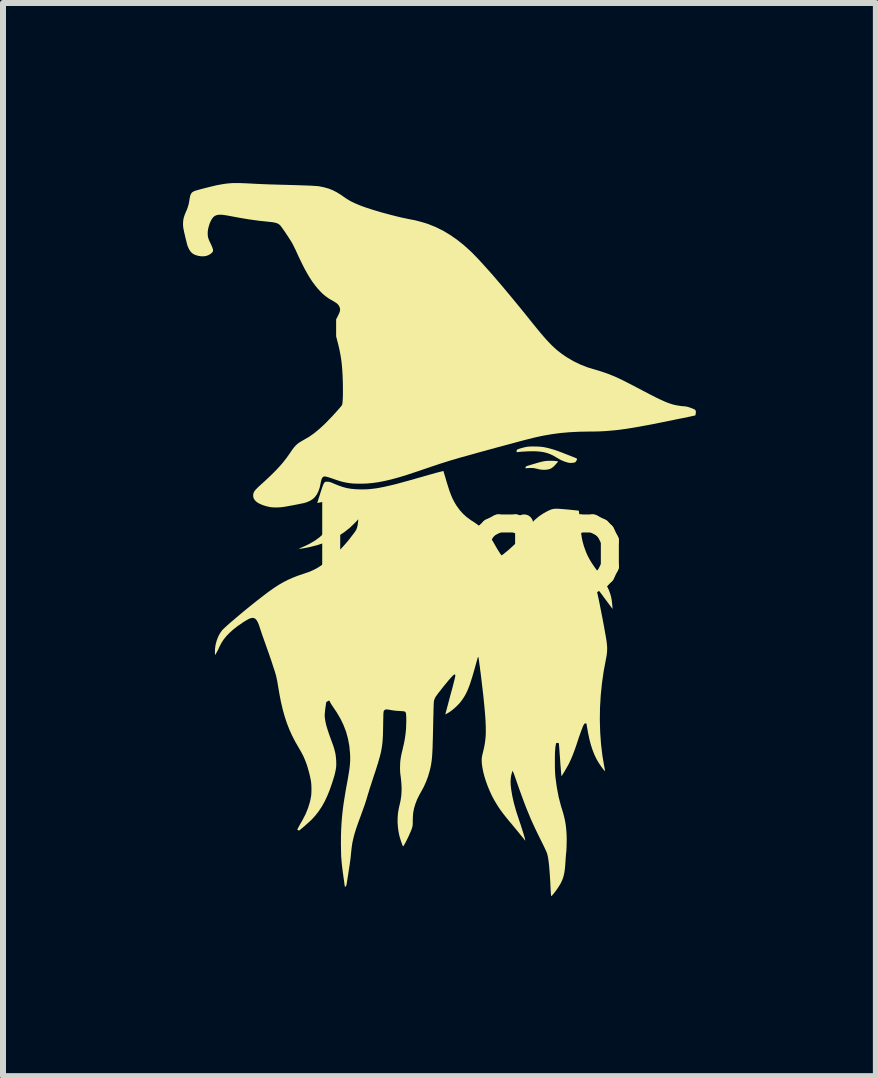
<source format=kicad_pcb>
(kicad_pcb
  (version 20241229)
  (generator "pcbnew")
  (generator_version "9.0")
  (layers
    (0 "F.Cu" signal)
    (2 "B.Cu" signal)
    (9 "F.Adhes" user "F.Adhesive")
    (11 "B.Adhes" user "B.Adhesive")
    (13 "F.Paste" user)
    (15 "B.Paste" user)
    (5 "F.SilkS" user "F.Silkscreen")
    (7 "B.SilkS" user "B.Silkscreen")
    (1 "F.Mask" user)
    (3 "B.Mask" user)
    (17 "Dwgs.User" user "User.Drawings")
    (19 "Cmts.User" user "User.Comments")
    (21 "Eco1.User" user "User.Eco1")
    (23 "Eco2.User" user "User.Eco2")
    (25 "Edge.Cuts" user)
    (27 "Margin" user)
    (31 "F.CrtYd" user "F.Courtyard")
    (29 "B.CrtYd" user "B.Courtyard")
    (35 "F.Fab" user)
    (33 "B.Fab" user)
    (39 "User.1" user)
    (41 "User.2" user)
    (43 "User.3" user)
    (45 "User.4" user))
  (footprint "Logo"
    (layer "F.Cu")
    (at 4.755 5.994)
    (property "Reference" "Logo" (at 0 0 0) (layer "F.SilkS") (effects (font (size 1.5 1.5) (thickness 0.3))))
    (attr board_only exclude_from_pos_files exclude_from_bom)
    (fp_poly (pts (xy -2.841 0.105) (xy -2.842 0.108) (xy -2.845 0.108) (xy -2.85 0.106) (xy -2.849 0.105) (xy -2.842 0.104)) (stroke (width 0) (type solid)) (fill yes) (layer "F.SilkS"))
    (fp_poly (pts (xy 1.405 -1.365) (xy 1.438 -1.363) (xy 1.465 -1.361) (xy 1.484 -1.358) (xy 1.493 -1.354) (xy 1.494 -1.352) (xy 1.49 -1.347) (xy 1.48 -1.335) (xy 1.465 -1.318) (xy 1.449 -1.299) (xy 1.418 -1.268) (xy 1.39 -1.246) (xy 1.362 -1.231) (xy 1.331 -1.222) (xy 1.295 -1.217) (xy 1.274 -1.216) (xy 1.24 -1.216) (xy 1.21 -1.219) (xy 1.186 -1.222) (xy 1.186 -1.222) (xy 1.148 -1.232) (xy 1.118 -1.238) (xy 1.095 -1.243) (xy 1.075 -1.245) (xy 1.056 -1.246) (xy 1.036 -1.246) (xy 1.013 -1.245) (xy 0.951 -1.241) (xy 0.953 -1.257) (xy 0.955 -1.265) (xy 0.959 -1.27) (xy 0.968 -1.275) (xy 0.984 -1.281) (xy 1.008 -1.289) (xy 1.009 -1.289) (xy 1.069 -1.307) (xy 1.12 -1.322) (xy 1.163 -1.335) (xy 1.198 -1.344) (xy 1.229 -1.352) (xy 1.255 -1.357) (xy 1.279 -1.361) (xy 1.302 -1.363) (xy 1.324 -1.365) (xy 1.348 -1.365) (xy 1.365 -1.365)) (stroke (width 0) (type solid)) (fill yes) (layer "F.SilkS"))
    (fp_poly (pts (xy 1.153 -1.603) (xy 1.201 -1.6) (xy 1.247 -1.595) (xy 1.293 -1.586) (xy 1.344 -1.574) (xy 1.401 -1.558) (xy 1.418 -1.553) (xy 1.436 -1.547) (xy 1.462 -1.538) (xy 1.494 -1.527) (xy 1.531 -1.513) (xy 1.57 -1.498) (xy 1.611 -1.482) (xy 1.652 -1.466) (xy 1.691 -1.451) (xy 1.727 -1.437) (xy 1.759 -1.424) (xy 1.783 -1.414) (xy 1.8 -1.407) (xy 1.806 -1.403) (xy 1.81 -1.395) (xy 1.807 -1.382) (xy 1.8 -1.366) (xy 1.79 -1.351) (xy 1.78 -1.342) (xy 1.764 -1.336) (xy 1.74 -1.332) (xy 1.713 -1.33) (xy 1.685 -1.331) (xy 1.665 -1.334) (xy 1.607 -1.351) (xy 1.547 -1.376) (xy 1.482 -1.412) (xy 1.459 -1.426) (xy 1.411 -1.454) (xy 1.361 -1.477) (xy 1.308 -1.496) (xy 1.252 -1.51) (xy 1.19 -1.519) (xy 1.123 -1.524) (xy 1.048 -1.525) (xy 0.965 -1.522) (xy 0.872 -1.516) (xy 0.842 -1.513) (xy 0.804 -1.509) (xy 0.804 -1.53) (xy 0.805 -1.541) (xy 0.808 -1.549) (xy 0.817 -1.554) (xy 0.834 -1.561) (xy 0.837 -1.562) (xy 0.856 -1.569) (xy 0.883 -1.577) (xy 0.913 -1.585) (xy 0.932 -1.59) (xy 0.956 -1.595) (xy 0.978 -1.599) (xy 0.999 -1.602) (xy 1.022 -1.603) (xy 1.051 -1.604) (xy 1.088 -1.604) (xy 1.1 -1.604)) (stroke (width 0) (type solid)) (fill yes) (layer "F.SilkS"))
    (fp_poly (pts (xy -3.792 -5.993) (xy -3.726 -5.99) (xy -3.715 -5.99) (xy -3.619 -5.985) (xy -3.525 -5.98) (xy -3.432 -5.976) (xy -3.337 -5.972) (xy -3.237 -5.969) (xy -3.13 -5.966) (xy -3.05 -5.964) (xy -2.954 -5.961) (xy -2.868 -5.959) (xy -2.792 -5.956) (xy -2.726 -5.954) (xy -2.668 -5.952) (xy -2.619 -5.95) (xy -2.578 -5.947) (xy -2.544 -5.945) (xy -2.516 -5.943) (xy -2.493 -5.94) (xy -2.477 -5.938) (xy -2.397 -5.921) (xy -2.324 -5.9) (xy -2.255 -5.872) (xy -2.188 -5.837) (xy -2.119 -5.794) (xy -2.081 -5.767) (xy -2.039 -5.738) (xy -1.996 -5.711) (xy -1.95 -5.685) (xy -1.9 -5.661) (xy -1.844 -5.637) (xy -1.782 -5.612) (xy -1.712 -5.587) (xy -1.632 -5.561) (xy -1.602 -5.551) (xy -1.53 -5.529) (xy -1.452 -5.506) (xy -1.37 -5.484) (xy -1.288 -5.462) (xy -1.206 -5.441) (xy -1.127 -5.422) (xy -1.053 -5.406) (xy -0.986 -5.392) (xy -0.935 -5.382) (xy -0.897 -5.375) (xy -0.852 -5.364) (xy -0.803 -5.351) (xy -0.753 -5.337) (xy -0.707 -5.323) (xy -0.668 -5.31) (xy -0.544 -5.26) (xy -0.424 -5.201) (xy -0.307 -5.131) (xy -0.191 -5.051) (xy -0.078 -4.961) (xy 0.034 -4.86) (xy 0.054 -4.841) (xy 0.111 -4.783) (xy 0.175 -4.716) (xy 0.246 -4.639) (xy 0.322 -4.554) (xy 0.405 -4.461) (xy 0.493 -4.358) (xy 0.587 -4.248) (xy 0.686 -4.129) (xy 0.791 -4.002) (xy 0.901 -3.868) (xy 1.016 -3.725) (xy 1.077 -3.649) (xy 1.141 -3.57) (xy 1.199 -3.5) (xy 1.253 -3.437) (xy 1.302 -3.381) (xy 1.349 -3.331) (xy 1.393 -3.286) (xy 1.437 -3.245) (xy 1.479 -3.208) (xy 1.523 -3.173) (xy 1.567 -3.14) (xy 1.614 -3.108) (xy 1.633 -3.095) (xy 1.746 -3.028) (xy 1.865 -2.97) (xy 1.991 -2.921) (xy 2.083 -2.893) (xy 2.149 -2.874) (xy 2.21 -2.855) (xy 2.269 -2.835) (xy 2.326 -2.815) (xy 2.384 -2.792) (xy 2.443 -2.768) (xy 2.504 -2.74) (xy 2.569 -2.709) (xy 2.64 -2.673) (xy 2.718 -2.633) (xy 2.804 -2.588) (xy 2.819 -2.58) (xy 2.909 -2.533) (xy 2.989 -2.491) (xy 3.061 -2.454) (xy 3.125 -2.421) (xy 3.183 -2.393) (xy 3.236 -2.369) (xy 3.283 -2.348) (xy 3.326 -2.331) (xy 3.366 -2.317) (xy 3.404 -2.305) (xy 3.44 -2.296) (xy 3.475 -2.289) (xy 3.511 -2.283) (xy 3.547 -2.278) (xy 3.581 -2.275) (xy 3.613 -2.272) (xy 3.64 -2.268) (xy 3.667 -2.261) (xy 3.698 -2.25) (xy 3.709 -2.246) (xy 3.741 -2.234) (xy 3.764 -2.224) (xy 3.779 -2.213) (xy 3.787 -2.202) (xy 3.79 -2.187) (xy 3.79 -2.168) (xy 3.789 -2.158) (xy 3.786 -2.138) (xy 3.783 -2.127) (xy 3.778 -2.121) (xy 3.77 -2.119) (xy 3.77 -2.119) (xy 3.663 -2.096) (xy 3.566 -2.076) (xy 3.479 -2.059) (xy 3.4 -2.042) (xy 3.33 -2.028) (xy 3.267 -2.015) (xy 3.21 -2.004) (xy 3.16 -1.994) (xy 3.114 -1.984) (xy 3.072 -1.976) (xy 3.034 -1.969) (xy 2.998 -1.962) (xy 2.964 -1.956) (xy 2.932 -1.95) (xy 2.899 -1.944) (xy 2.866 -1.938) (xy 2.856 -1.936) (xy 2.741 -1.916) (xy 2.634 -1.899) (xy 2.535 -1.885) (xy 2.44 -1.874) (xy 2.348 -1.866) (xy 2.258 -1.859) (xy 2.167 -1.855) (xy 2.073 -1.853) (xy 2.015 -1.853) (xy 1.848 -1.85) (xy 1.69 -1.842) (xy 1.538 -1.829) (xy 1.39 -1.809) (xy 1.245 -1.784) (xy 1.151 -1.764) (xy 1.12 -1.757) (xy 1.079 -1.747) (xy 1.029 -1.734) (xy 0.971 -1.72) (xy 0.905 -1.703) (xy 0.834 -1.684) (xy 0.757 -1.663) (xy 0.675 -1.641) (xy 0.59 -1.618) (xy 0.502 -1.595) (xy 0.413 -1.57) (xy 0.323 -1.546) (xy 0.233 -1.521) (xy 0.144 -1.497) (xy 0.057 -1.472) (xy -0.026 -1.449) (xy -0.106 -1.427) (xy -0.162 -1.411) (xy -0.206 -1.398) (xy -0.246 -1.386) (xy -0.286 -1.375) (xy -0.325 -1.363) (xy -0.365 -1.35) (xy -0.407 -1.337) (xy -0.452 -1.323) (xy -0.5 -1.307) (xy -0.553 -1.289) (xy -0.612 -1.27) (xy -0.678 -1.247) (xy -0.752 -1.222) (xy -0.834 -1.194) (xy -0.918 -1.166) (xy -1.048 -1.123) (xy -1.169 -1.087) (xy -1.282 -1.056) (xy -1.389 -1.031) (xy -1.49 -1.011) (xy -1.587 -0.997) (xy -1.68 -0.988) (xy -1.77 -0.984) (xy -1.799 -0.984) (xy -1.865 -0.985) (xy -1.924 -0.987) (xy -1.978 -0.993) (xy -2.031 -1.001) (xy -2.084 -1.012) (xy -2.14 -1.027) (xy -2.201 -1.047) (xy -2.259 -1.067) (xy -2.303 -1.082) (xy -2.337 -1.093) (xy -2.364 -1.1) (xy -2.384 -1.104) (xy -2.399 -1.104) (xy -2.412 -1.102) (xy -2.417 -1.099) (xy -2.429 -1.09) (xy -2.439 -1.076) (xy -2.448 -1.055) (xy -2.456 -1.026) (xy -2.463 -0.991) (xy -2.478 -0.919) (xy -2.499 -0.858) (xy -2.526 -0.805) (xy -2.558 -0.761) (xy -2.597 -0.725) (xy -2.643 -0.697) (xy -2.697 -0.674) (xy -2.743 -0.661) (xy -2.77 -0.655) (xy -2.807 -0.648) (xy -2.849 -0.639) (xy -2.896 -0.63) (xy -2.943 -0.621) (xy -2.989 -0.613) (xy -3.031 -0.605) (xy -3.066 -0.599) (xy -3.088 -0.596) (xy -3.129 -0.591) (xy -3.174 -0.589) (xy -3.221 -0.588) (xy -3.264 -0.59) (xy -3.301 -0.594) (xy -3.313 -0.596) (xy -3.375 -0.611) (xy -3.431 -0.629) (xy -3.48 -0.65) (xy -3.519 -0.673) (xy -3.543 -0.693) (xy -3.566 -0.719) (xy -3.58 -0.745) (xy -3.586 -0.774) (xy -3.586 -0.788) (xy -3.585 -0.808) (xy -3.581 -0.826) (xy -3.574 -0.844) (xy -3.562 -0.863) (xy -3.545 -0.884) (xy -3.521 -0.909) (xy -3.49 -0.939) (xy -3.465 -0.962) (xy -3.392 -1.028) (xy -3.328 -1.088) (xy -3.271 -1.143) (xy -3.22 -1.194) (xy -3.174 -1.242) (xy -3.133 -1.287) (xy -3.095 -1.331) (xy -3.06 -1.375) (xy -3.026 -1.419) (xy -2.993 -1.466) (xy -2.961 -1.512) (xy -2.931 -1.556) (xy -2.903 -1.592) (xy -2.876 -1.622) (xy -2.848 -1.648) (xy -2.816 -1.671) (xy -2.778 -1.694) (xy -2.74 -1.716) (xy -2.655 -1.765) (xy -2.571 -1.824) (xy -2.487 -1.893) (xy -2.402 -1.971) (xy -2.386 -1.987) (xy -2.35 -2.023) (xy -2.314 -2.061) (xy -2.277 -2.099) (xy -2.242 -2.137) (xy -2.209 -2.173) (xy -2.179 -2.207) (xy -2.152 -2.237) (xy -2.131 -2.262) (xy -2.115 -2.282) (xy -2.106 -2.294) (xy -2.105 -2.297) (xy -2.101 -2.313) (xy -2.097 -2.34) (xy -2.095 -2.375) (xy -2.092 -2.42) (xy -2.091 -2.471) (xy -2.091 -2.529) (xy -2.091 -2.591) (xy -2.092 -2.658) (xy -2.093 -2.691) (xy -2.096 -2.784) (xy -2.101 -2.867) (xy -2.107 -2.943) (xy -2.114 -3.015) (xy -2.124 -3.084) (xy -2.136 -3.153) (xy -2.15 -3.223) (xy -2.167 -3.297) (xy -2.177 -3.335) (xy -2.204 -3.441) (xy -2.204 -3.581) (xy -2.204 -3.722) (xy -2.171 -3.787) (xy -2.154 -3.823) (xy -2.143 -3.852) (xy -2.138 -3.877) (xy -2.139 -3.899) (xy -2.145 -3.922) (xy -2.151 -3.937) (xy -2.163 -3.958) (xy -2.179 -3.976) (xy -2.199 -3.994) (xy -2.228 -4.012) (xy -2.255 -4.028) (xy -2.322 -4.067) (xy -2.38 -4.108) (xy -2.433 -4.153) (xy -2.462 -4.182) (xy -2.509 -4.233) (xy -2.554 -4.288) (xy -2.598 -4.347) (xy -2.641 -4.412) (xy -2.684 -4.484) (xy -2.728 -4.563) (xy -2.772 -4.65) (xy -2.819 -4.747) (xy -2.856 -4.827) (xy -2.873 -4.866) (xy -2.892 -4.904) (xy -2.91 -4.941) (xy -2.926 -4.973) (xy -2.94 -4.998) (xy -2.941 -5) (xy -2.954 -5.022) (xy -2.972 -5.05) (xy -2.993 -5.083) (xy -3.016 -5.118) (xy -3.04 -5.154) (xy -3.063 -5.189) (xy -3.086 -5.221) (xy -3.105 -5.248) (xy -3.121 -5.27) (xy -3.132 -5.284) (xy -3.132 -5.284) (xy -3.147 -5.299) (xy -3.164 -5.311) (xy -3.184 -5.322) (xy -3.208 -5.33) (xy -3.239 -5.337) (xy -3.277 -5.343) (xy -3.325 -5.348) (xy -3.352 -5.351) (xy -3.502 -5.367) (xy -3.66 -5.389) (xy -3.826 -5.417) (xy -3.958 -5.442) (xy -4.019 -5.453) (xy -4.07 -5.461) (xy -4.113 -5.466) (xy -4.149 -5.466) (xy -4.178 -5.463) (xy -4.203 -5.456) (xy -4.225 -5.446) (xy -4.245 -5.431) (xy -4.253 -5.423) (xy -4.273 -5.398) (xy -4.292 -5.363) (xy -4.31 -5.323) (xy -4.324 -5.279) (xy -4.336 -5.234) (xy -4.343 -5.19) (xy -4.344 -5.159) (xy -4.343 -5.124) (xy -4.339 -5.093) (xy -4.33 -5.063) (xy -4.317 -5.03) (xy -4.299 -4.992) (xy -4.278 -4.948) (xy -4.264 -4.912) (xy -4.256 -4.883) (xy -4.255 -4.862) (xy -4.256 -4.858) (xy -4.265 -4.842) (xy -4.283 -4.824) (xy -4.309 -4.805) (xy -4.333 -4.792) (xy -4.37 -4.779) (xy -4.412 -4.773) (xy -4.458 -4.774) (xy -4.503 -4.781) (xy -4.547 -4.794) (xy -4.585 -4.812) (xy -4.608 -4.829) (xy -4.631 -4.854) (xy -4.653 -4.888) (xy -4.672 -4.928) (xy -4.681 -4.951) (xy -4.685 -4.966) (xy -4.692 -4.99) (xy -4.699 -5.02) (xy -4.708 -5.056) (xy -4.718 -5.095) (xy -4.723 -5.119) (xy -4.734 -5.164) (xy -4.741 -5.199) (xy -4.747 -5.228) (xy -4.751 -5.251) (xy -4.753 -5.272) (xy -4.755 -5.291) (xy -4.755 -5.311) (xy -4.755 -5.314) (xy -4.753 -5.356) (xy -4.748 -5.395) (xy -4.738 -5.434) (xy -4.723 -5.476) (xy -4.707 -5.513) (xy -4.687 -5.56) (xy -4.672 -5.603) (xy -4.66 -5.647) (xy -4.651 -5.696) (xy -4.65 -5.705) (xy -4.644 -5.742) (xy -4.638 -5.769) (xy -4.633 -5.79) (xy -4.626 -5.806) (xy -4.618 -5.82) (xy -4.614 -5.826) (xy -4.606 -5.835) (xy -4.597 -5.843) (xy -4.584 -5.851) (xy -4.568 -5.859) (xy -4.546 -5.867) (xy -4.516 -5.876) (xy -4.479 -5.886) (xy -4.432 -5.899) (xy -4.427 -5.9) (xy -4.341 -5.922) (xy -4.264 -5.941) (xy -4.195 -5.957) (xy -4.132 -5.969) (xy -4.073 -5.979) (xy -4.018 -5.986) (xy -3.963 -5.991) (xy -3.908 -5.994) (xy -3.852 -5.994)) (stroke (width 0) (type solid)) (fill yes) (layer "F.SilkS"))
    (fp_poly (pts (xy -0.403 -1.15) (xy -0.396 -1.127) (xy -0.387 -1.097) (xy -0.377 -1.063) (xy -0.367 -1.028) (xy -0.363 -1.015) (xy -0.338 -0.935) (xy -0.315 -0.864) (xy -0.292 -0.802) (xy -0.269 -0.747) (xy -0.245 -0.698) (xy -0.219 -0.652) (xy -0.195 -0.613) (xy -0.144 -0.544) (xy -0.09 -0.483) (xy -0.03 -0.429) (xy 0.038 -0.379) (xy 0.051 -0.37) (xy 0.094 -0.343) (xy 0.128 -0.319) (xy 0.156 -0.299) (xy 0.18 -0.281) (xy 0.202 -0.263) (xy 0.224 -0.244) (xy 0.247 -0.223) (xy 0.292 -0.177) (xy 0.332 -0.131) (xy 0.369 -0.083) (xy 0.405 -0.028) (xy 0.441 0.034) (xy 0.444 0.04) (xy 0.462 0.071) (xy 0.48 0.102) (xy 0.499 0.132) (xy 0.516 0.159) (xy 0.531 0.182) (xy 0.543 0.199) (xy 0.551 0.208) (xy 0.553 0.21) (xy 0.564 0.204) (xy 0.581 0.191) (xy 0.604 0.173) (xy 0.631 0.151) (xy 0.661 0.126) (xy 0.692 0.099) (xy 0.723 0.071) (xy 0.753 0.043) (xy 0.78 0.018) (xy 0.798 0.000086) (xy 0.827 -0.029) (xy 0.852 -0.055) (xy 0.873 -0.078) (xy 0.893 -0.102) (xy 0.912 -0.127) (xy 0.933 -0.156) (xy 0.956 -0.19) (xy 0.983 -0.232) (xy 0.994 -0.248) (xy 1.045 -0.318) (xy 1.107 -0.382) (xy 1.177 -0.441) (xy 1.255 -0.493) (xy 1.326 -0.531) (xy 1.359 -0.546) (xy 1.388 -0.557) (xy 1.415 -0.563) (xy 1.444 -0.567) (xy 1.478 -0.567) (xy 1.519 -0.565) (xy 1.531 -0.564) (xy 1.561 -0.562) (xy 1.596 -0.559) (xy 1.634 -0.556) (xy 1.673 -0.552) (xy 1.711 -0.548) (xy 1.748 -0.544) (xy 1.78 -0.541) (xy 1.808 -0.538) (xy 1.828 -0.536) (xy 1.839 -0.534) (xy 1.84 -0.533) (xy 1.841 -0.527) (xy 1.843 -0.512) (xy 1.846 -0.488) (xy 1.848 -0.457) (xy 1.852 -0.422) (xy 1.853 -0.401) (xy 1.86 -0.323) (xy 1.867 -0.254) (xy 1.874 -0.194) (xy 1.881 -0.142) (xy 1.888 -0.095) (xy 1.896 -0.052) (xy 1.905 -0.012) (xy 1.916 0.026) (xy 1.927 0.065) (xy 1.93 0.072) (xy 1.955 0.142) (xy 1.983 0.208) (xy 2.016 0.271) (xy 2.054 0.335) (xy 2.099 0.402) (xy 2.132 0.447) (xy 2.175 0.507) (xy 2.213 0.56) (xy 2.244 0.607) (xy 2.271 0.651) (xy 2.295 0.693) (xy 2.312 0.727) (xy 2.341 0.789) (xy 2.362 0.846) (xy 2.378 0.902) (xy 2.389 0.96) (xy 2.396 1.023) (xy 2.398 1.043) (xy 2.402 1.103) (xy 2.292 0.955) (xy 2.265 0.919) (xy 2.241 0.886) (xy 2.22 0.857) (xy 2.202 0.834) (xy 2.189 0.817) (xy 2.182 0.807) (xy 2.181 0.805) (xy 2.175 0.806) (xy 2.164 0.811) (xy 2.161 0.812) (xy 2.148 0.822) (xy 2.146 0.831) (xy 2.151 0.85) (xy 2.157 0.878) (xy 2.165 0.915) (xy 2.175 0.959) (xy 2.185 1.01) (xy 2.196 1.066) (xy 2.208 1.126) (xy 2.22 1.189) (xy 2.233 1.253) (xy 2.245 1.317) (xy 2.257 1.38) (xy 2.268 1.441) (xy 2.278 1.499) (xy 2.288 1.552) (xy 2.29 1.565) (xy 2.301 1.631) (xy 2.308 1.689) (xy 2.312 1.74) (xy 2.312 1.788) (xy 2.309 1.834) (xy 2.303 1.881) (xy 2.294 1.931) (xy 2.293 1.936) (xy 2.255 2.136) (xy 2.226 2.339) (xy 2.205 2.544) (xy 2.193 2.749) (xy 2.19 2.953) (xy 2.196 3.155) (xy 2.21 3.354) (xy 2.233 3.547) (xy 2.255 3.677) (xy 2.261 3.712) (xy 2.267 3.744) (xy 2.272 3.77) (xy 2.275 3.789) (xy 2.277 3.798) (xy 2.277 3.799) (xy 2.278 3.805) (xy 2.274 3.804) (xy 2.265 3.795) (xy 2.251 3.779) (xy 2.231 3.754) (xy 2.221 3.74) (xy 2.177 3.676) (xy 2.137 3.609) (xy 2.102 3.537) (xy 2.071 3.459) (xy 2.043 3.374) (xy 2.018 3.281) (xy 1.996 3.178) (xy 1.984 3.113) (xy 1.979 3.081) (xy 1.974 3.053) (xy 1.97 3.031) (xy 1.968 3.016) (xy 1.967 3.012) (xy 1.962 3.011) (xy 1.95 3.01) (xy 1.95 3.01) (xy 1.941 3.011) (xy 1.934 3.016) (xy 1.926 3.025) (xy 1.917 3.042) (xy 1.912 3.052) (xy 1.905 3.067) (xy 1.896 3.092) (xy 1.884 3.124) (xy 1.87 3.162) (xy 1.855 3.205) (xy 1.839 3.25) (xy 1.829 3.28) (xy 1.805 3.354) (xy 1.783 3.418) (xy 1.763 3.474) (xy 1.744 3.524) (xy 1.726 3.568) (xy 1.709 3.609) (xy 1.691 3.647) (xy 1.678 3.675) (xy 1.666 3.697) (xy 1.652 3.723) (xy 1.635 3.753) (xy 1.618 3.782) (xy 1.601 3.812) (xy 1.585 3.838) (xy 1.571 3.861) (xy 1.56 3.878) (xy 1.553 3.887) (xy 1.551 3.888) (xy 1.55 3.883) (xy 1.548 3.867) (xy 1.546 3.842) (xy 1.543 3.809) (xy 1.54 3.769) (xy 1.536 3.724) (xy 1.532 3.674) (xy 1.529 3.625) (xy 1.525 3.571) (xy 1.521 3.52) (xy 1.518 3.473) (xy 1.515 3.432) (xy 1.512 3.398) (xy 1.51 3.372) (xy 1.508 3.354) (xy 1.508 3.348) (xy 1.504 3.339) (xy 1.496 3.336) (xy 1.484 3.336) (xy 1.462 3.338) (xy 1.452 3.39) (xy 1.449 3.415) (xy 1.446 3.45) (xy 1.443 3.493) (xy 1.442 3.542) (xy 1.441 3.595) (xy 1.441 3.651) (xy 1.441 3.707) (xy 1.442 3.762) (xy 1.444 3.815) (xy 1.447 3.863) (xy 1.45 3.903) (xy 1.473 4.073) (xy 1.504 4.237) (xy 1.545 4.395) (xy 1.56 4.441) (xy 1.583 4.518) (xy 1.601 4.589) (xy 1.615 4.657) (xy 1.625 4.725) (xy 1.632 4.798) (xy 1.636 4.852) (xy 1.637 4.886) (xy 1.638 4.927) (xy 1.638 4.971) (xy 1.637 5.017) (xy 1.636 5.063) (xy 1.634 5.105) (xy 1.632 5.141) (xy 1.629 5.169) (xy 1.628 5.177) (xy 1.627 5.188) (xy 1.625 5.209) (xy 1.623 5.238) (xy 1.62 5.271) (xy 1.618 5.309) (xy 1.617 5.325) (xy 1.612 5.391) (xy 1.606 5.447) (xy 1.599 5.496) (xy 1.59 5.539) (xy 1.579 5.578) (xy 1.566 5.615) (xy 1.55 5.651) (xy 1.531 5.688) (xy 1.513 5.717) (xy 1.491 5.752) (xy 1.465 5.789) (xy 1.438 5.825) (xy 1.412 5.857) (xy 1.401 5.87) (xy 1.389 5.883) (xy 1.383 5.888) (xy 1.38 5.886) (xy 1.378 5.878) (xy 1.377 5.869) (xy 1.375 5.849) (xy 1.373 5.822) (xy 1.371 5.789) (xy 1.369 5.753) (xy 1.368 5.733) (xy 1.363 5.629) (xy 1.357 5.537) (xy 1.351 5.454) (xy 1.345 5.383) (xy 1.338 5.321) (xy 1.331 5.268) (xy 1.323 5.225) (xy 1.315 5.191) (xy 1.314 5.186) (xy 1.307 5.166) (xy 1.295 5.138) (xy 1.278 5.101) (xy 1.257 5.056) (xy 1.232 5.005) (xy 1.204 4.949) (xy 1.159 4.858) (xy 1.117 4.771) (xy 1.077 4.685) (xy 1.039 4.6) (xy 1.003 4.513) (xy 0.966 4.424) (xy 0.93 4.33) (xy 0.893 4.23) (xy 0.854 4.123) (xy 0.813 4.006) (xy 0.806 3.986) (xy 0.792 3.946) (xy 0.779 3.908) (xy 0.767 3.874) (xy 0.757 3.847) (xy 0.749 3.827) (xy 0.745 3.816) (xy 0.744 3.815) (xy 0.736 3.8) (xy 0.73 3.816) (xy 0.716 3.863) (xy 0.707 3.916) (xy 0.703 3.974) (xy 0.705 4.039) (xy 0.713 4.111) (xy 0.727 4.192) (xy 0.73 4.211) (xy 0.74 4.258) (xy 0.75 4.303) (xy 0.761 4.348) (xy 0.774 4.395) (xy 0.788 4.445) (xy 0.805 4.5) (xy 0.825 4.561) (xy 0.848 4.632) (xy 0.852 4.644) (xy 0.872 4.702) (xy 0.889 4.756) (xy 0.905 4.806) (xy 0.919 4.851) (xy 0.93 4.889) (xy 0.939 4.92) (xy 0.945 4.944) (xy 0.948 4.958) (xy 0.948 4.963) (xy 0.947 4.963) (xy 0.942 4.957) (xy 0.931 4.944) (xy 0.915 4.924) (xy 0.895 4.899) (xy 0.871 4.871) (xy 0.849 4.843) (xy 0.819 4.806) (xy 0.786 4.766) (xy 0.752 4.725) (xy 0.721 4.687) (xy 0.693 4.655) (xy 0.684 4.644) (xy 0.63 4.578) (xy 0.582 4.517) (xy 0.54 4.461) (xy 0.502 4.406) (xy 0.468 4.351) (xy 0.434 4.294) (xy 0.429 4.286) (xy 0.39 4.212) (xy 0.354 4.134) (xy 0.321 4.054) (xy 0.292 3.973) (xy 0.267 3.894) (xy 0.247 3.817) (xy 0.233 3.745) (xy 0.224 3.679) (xy 0.222 3.632) (xy 0.222 3.604) (xy 0.224 3.58) (xy 0.228 3.555) (xy 0.234 3.527) (xy 0.242 3.495) (xy 0.255 3.441) (xy 0.266 3.389) (xy 0.275 3.337) (xy 0.282 3.286) (xy 0.287 3.232) (xy 0.29 3.176) (xy 0.29 3.115) (xy 0.289 3.05) (xy 0.286 2.977) (xy 0.281 2.898) (xy 0.274 2.809) (xy 0.265 2.711) (xy 0.26 2.664) (xy 0.255 2.611) (xy 0.249 2.553) (xy 0.242 2.493) (xy 0.235 2.43) (xy 0.227 2.366) (xy 0.22 2.303) (xy 0.212 2.24) (xy 0.205 2.18) (xy 0.197 2.123) (xy 0.191 2.07) (xy 0.184 2.023) (xy 0.179 1.982) (xy 0.174 1.949) (xy 0.17 1.925) (xy 0.167 1.911) (xy 0.166 1.909) (xy 0.165 1.905) (xy 0.164 1.901) (xy 0.163 1.9) (xy 0.161 1.901) (xy 0.159 1.905) (xy 0.156 1.915) (xy 0.151 1.93) (xy 0.145 1.952) (xy 0.137 1.981) (xy 0.126 2.019) (xy 0.113 2.067) (xy 0.108 2.084) (xy 0.084 2.169) (xy 0.062 2.243) (xy 0.041 2.309) (xy 0.022 2.367) (xy 0.002 2.419) (xy -0.017 2.465) (xy -0.037 2.507) (xy -0.058 2.546) (xy -0.08 2.582) (xy -0.105 2.619) (xy -0.113 2.63) (xy -0.146 2.672) (xy -0.187 2.715) (xy -0.231 2.756) (xy -0.278 2.795) (xy -0.324 2.827) (xy -0.362 2.849) (xy -0.385 2.861) (xy -0.298 2.533) (xy -0.279 2.464) (xy -0.263 2.405) (xy -0.25 2.355) (xy -0.24 2.314) (xy -0.231 2.28) (xy -0.225 2.254) (xy -0.221 2.234) (xy -0.219 2.219) (xy -0.218 2.208) (xy -0.219 2.201) (xy -0.222 2.198) (xy -0.225 2.196) (xy -0.23 2.195) (xy -0.233 2.195) (xy -0.242 2.2) (xy -0.258 2.213) (xy -0.28 2.236) (xy -0.309 2.268) (xy -0.343 2.308) (xy -0.383 2.357) (xy -0.414 2.395) (xy -0.449 2.439) (xy -0.478 2.476) (xy -0.501 2.505) (xy -0.519 2.529) (xy -0.533 2.549) (xy -0.544 2.565) (xy -0.552 2.578) (xy -0.558 2.591) (xy -0.563 2.603) (xy -0.566 2.61) (xy -0.568 2.615) (xy -0.57 2.62) (xy -0.571 2.625) (xy -0.572 2.63) (xy -0.574 2.637) (xy -0.575 2.646) (xy -0.576 2.658) (xy -0.577 2.674) (xy -0.578 2.693) (xy -0.579 2.717) (xy -0.58 2.747) (xy -0.581 2.783) (xy -0.582 2.825) (xy -0.583 2.875) (xy -0.585 2.933) (xy -0.586 2.999) (xy -0.588 3.075) (xy -0.59 3.161) (xy -0.592 3.258) (xy -0.593 3.27) (xy -0.595 3.349) (xy -0.597 3.418) (xy -0.6 3.479) (xy -0.603 3.533) (xy -0.607 3.581) (xy -0.611 3.624) (xy -0.617 3.664) (xy -0.623 3.703) (xy -0.631 3.742) (xy -0.64 3.782) (xy -0.647 3.808) (xy -0.673 3.896) (xy -0.706 3.984) (xy -0.744 4.068) (xy -0.777 4.129) (xy -0.821 4.209) (xy -0.857 4.283) (xy -0.884 4.354) (xy -0.905 4.424) (xy -0.918 4.49) (xy -0.921 4.51) (xy -0.923 4.538) (xy -0.925 4.571) (xy -0.926 4.607) (xy -0.927 4.627) (xy -0.927 4.662) (xy -0.928 4.69) (xy -0.93 4.713) (xy -0.934 4.734) (xy -0.94 4.755) (xy -0.948 4.779) (xy -0.96 4.808) (xy -0.976 4.844) (xy -0.98 4.854) (xy -0.994 4.886) (xy -1.01 4.919) (xy -1.026 4.952) (xy -1.042 4.983) (xy -1.057 5.011) (xy -1.07 5.034) (xy -1.08 5.05) (xy -1.087 5.059) (xy -1.089 5.059) (xy -1.094 5.051) (xy -1.101 5.034) (xy -1.109 5.011) (xy -1.119 4.984) (xy -1.129 4.954) (xy -1.138 4.925) (xy -1.146 4.898) (xy -1.151 4.879) (xy -1.165 4.809) (xy -1.175 4.734) (xy -1.18 4.656) (xy -1.179 4.58) (xy -1.174 4.509) (xy -1.172 4.496) (xy -1.167 4.468) (xy -1.161 4.433) (xy -1.153 4.396) (xy -1.145 4.361) (xy -1.144 4.359) (xy -1.129 4.289) (xy -1.119 4.222) (xy -1.114 4.153) (xy -1.113 4.082) (xy -1.117 4.005) (xy -1.125 3.921) (xy -1.129 3.891) (xy -1.135 3.847) (xy -1.138 3.808) (xy -1.139 3.772) (xy -1.139 3.731) (xy -1.138 3.712) (xy -1.137 3.675) (xy -1.135 3.643) (xy -1.131 3.612) (xy -1.126 3.58) (xy -1.12 3.545) (xy -1.111 3.504) (xy -1.099 3.456) (xy -1.095 3.437) (xy -1.074 3.346) (xy -1.058 3.262) (xy -1.047 3.181) (xy -1.039 3.1) (xy -1.036 3.015) (xy -1.035 2.973) (xy -1.035 2.927) (xy -1.036 2.892) (xy -1.038 2.864) (xy -1.04 2.844) (xy -1.045 2.83) (xy -1.05 2.821) (xy -1.058 2.814) (xy -1.062 2.812) (xy -1.072 2.81) (xy -1.091 2.807) (xy -1.117 2.805) (xy -1.146 2.803) (xy -1.155 2.803) (xy -1.198 2.8) (xy -1.241 2.796) (xy -1.279 2.79) (xy -1.291 2.788) (xy -1.328 2.781) (xy -1.356 2.778) (xy -1.377 2.779) (xy -1.392 2.784) (xy -1.403 2.794) (xy -1.405 2.796) (xy -1.408 2.8) (xy -1.41 2.805) (xy -1.412 2.812) (xy -1.414 2.823) (xy -1.415 2.837) (xy -1.417 2.857) (xy -1.417 2.883) (xy -1.418 2.917) (xy -1.419 2.959) (xy -1.42 3.012) (xy -1.42 3.032) (xy -1.422 3.103) (xy -1.423 3.167) (xy -1.425 3.225) (xy -1.428 3.277) (xy -1.432 3.326) (xy -1.437 3.372) (xy -1.444 3.418) (xy -1.452 3.463) (xy -1.462 3.51) (xy -1.475 3.56) (xy -1.49 3.614) (xy -1.507 3.673) (xy -1.528 3.738) (xy -1.551 3.812) (xy -1.579 3.895) (xy -1.585 3.914) (xy -1.602 3.966) (xy -1.619 4.018) (xy -1.635 4.067) (xy -1.65 4.114) (xy -1.662 4.155) (xy -1.673 4.188) (xy -1.68 4.213) (xy -1.681 4.216) (xy -1.696 4.267) (xy -1.712 4.318) (xy -1.73 4.372) (xy -1.751 4.431) (xy -1.775 4.497) (xy -1.8 4.567) (xy -1.83 4.647) (xy -1.855 4.718) (xy -1.876 4.781) (xy -1.894 4.839) (xy -1.909 4.893) (xy -1.921 4.944) (xy -1.932 4.993) (xy -1.94 5.043) (xy -1.947 5.095) (xy -1.953 5.15) (xy -1.953 5.151) (xy -1.957 5.189) (xy -1.961 5.229) (xy -1.965 5.266) (xy -1.969 5.298) (xy -1.97 5.305) (xy -1.974 5.33) (xy -1.978 5.362) (xy -1.984 5.399) (xy -1.99 5.44) (xy -1.997 5.482) (xy -2.003 5.525) (xy -2.01 5.567) (xy -2.016 5.606) (xy -2.022 5.641) (xy -2.026 5.671) (xy -2.03 5.692) (xy -2.032 5.705) (xy -2.033 5.708) (xy -2.037 5.715) (xy -2.045 5.725) (xy -2.052 5.733) (xy -2.058 5.736) (xy -2.058 5.735) (xy -2.059 5.729) (xy -2.061 5.713) (xy -2.065 5.689) (xy -2.069 5.658) (xy -2.074 5.621) (xy -2.08 5.58) (xy -2.081 5.573) (xy -2.091 5.501) (xy -2.099 5.439) (xy -2.106 5.383) (xy -2.111 5.333) (xy -2.115 5.286) (xy -2.119 5.239) (xy -2.121 5.192) (xy -2.122 5.142) (xy -2.123 5.087) (xy -2.124 5.025) (xy -2.124 4.994) (xy -2.123 4.883) (xy -2.12 4.777) (xy -2.114 4.673) (xy -2.106 4.569) (xy -2.095 4.465) (xy -2.081 4.356) (xy -2.063 4.242) (xy -2.043 4.12) (xy -2.032 4.059) (xy -2.017 3.98) (xy -2.005 3.911) (xy -1.995 3.85) (xy -1.986 3.796) (xy -1.98 3.749) (xy -1.975 3.706) (xy -1.972 3.667) (xy -1.97 3.629) (xy -1.97 3.593) (xy -1.97 3.556) (xy -1.972 3.518) (xy -1.973 3.5) (xy -1.985 3.379) (xy -2.007 3.263) (xy -2.038 3.15) (xy -2.08 3.04) (xy -2.132 2.932) (xy -2.195 2.825) (xy -2.241 2.757) (xy -2.259 2.73) (xy -2.276 2.704) (xy -2.291 2.68) (xy -2.3 2.663) (xy -2.301 2.663) (xy -2.309 2.646) (xy -2.315 2.634) (xy -2.318 2.629) (xy -2.324 2.63) (xy -2.336 2.636) (xy -2.345 2.641) (xy -2.369 2.656) (xy -2.382 2.746) (xy -2.387 2.781) (xy -2.39 2.815) (xy -2.393 2.847) (xy -2.395 2.871) (xy -2.395 2.878) (xy -2.391 2.926) (xy -2.382 2.982) (xy -2.367 3.047) (xy -2.345 3.12) (xy -2.318 3.2) (xy -2.295 3.265) (xy -2.271 3.329) (xy -2.251 3.384) (xy -2.236 3.433) (xy -2.224 3.478) (xy -2.215 3.52) (xy -2.209 3.562) (xy -2.205 3.605) (xy -2.203 3.632) (xy -2.202 3.672) (xy -2.202 3.709) (xy -2.205 3.747) (xy -2.211 3.785) (xy -2.22 3.827) (xy -2.231 3.874) (xy -2.247 3.927) (xy -2.266 3.988) (xy -2.272 4.006) (xy -2.311 4.119) (xy -2.353 4.222) (xy -2.397 4.315) (xy -2.445 4.4) (xy -2.497 4.478) (xy -2.553 4.549) (xy -2.606 4.607) (xy -2.625 4.626) (xy -2.65 4.649) (xy -2.68 4.676) (xy -2.712 4.705) (xy -2.744 4.733) (xy -2.775 4.759) (xy -2.801 4.78) (xy -2.817 4.793) (xy -2.825 4.796) (xy -2.835 4.791) (xy -2.838 4.789) (xy -2.852 4.778) (xy -2.826 4.731) (xy -2.813 4.706) (xy -2.796 4.676) (xy -2.778 4.645) (xy -2.763 4.619) (xy -2.713 4.522) (xy -2.672 4.421) (xy -2.64 4.317) (xy -2.625 4.245) (xy -2.619 4.206) (xy -2.616 4.159) (xy -2.615 4.107) (xy -2.616 4.056) (xy -2.619 4.008) (xy -2.624 3.967) (xy -2.625 3.963) (xy -2.636 3.908) (xy -2.65 3.847) (xy -2.667 3.785) (xy -2.684 3.726) (xy -2.697 3.686) (xy -2.722 3.621) (xy -2.75 3.556) (xy -2.785 3.489) (xy -2.827 3.416) (xy -2.834 3.404) (xy -2.89 3.307) (xy -2.94 3.208) (xy -2.986 3.106) (xy -3.027 3) (xy -3.063 2.889) (xy -3.096 2.77) (xy -3.125 2.644) (xy -3.151 2.509) (xy -3.17 2.397) (xy -3.177 2.356) (xy -3.184 2.313) (xy -3.193 2.271) (xy -3.201 2.234) (xy -3.207 2.209) (xy -3.215 2.18) (xy -3.227 2.14) (xy -3.243 2.093) (xy -3.261 2.037) (xy -3.281 1.975) (xy -3.304 1.908) (xy -3.329 1.836) (xy -3.356 1.761) (xy -3.383 1.683) (xy -3.4 1.636) (xy -3.415 1.593) (xy -3.431 1.549) (xy -3.445 1.507) (xy -3.458 1.468) (xy -3.469 1.437) (xy -3.475 1.417) (xy -3.492 1.366) (xy -3.509 1.325) (xy -3.526 1.295) (xy -3.544 1.273) (xy -3.564 1.259) (xy -3.585 1.253) (xy -3.597 1.252) (xy -3.614 1.254) (xy -3.633 1.259) (xy -3.656 1.268) (xy -3.682 1.282) (xy -3.715 1.301) (xy -3.755 1.326) (xy -3.769 1.336) (xy -3.85 1.392) (xy -3.92 1.447) (xy -3.981 1.502) (xy -4.034 1.557) (xy -4.079 1.613) (xy -4.117 1.672) (xy -4.149 1.734) (xy -4.159 1.756) (xy -4.171 1.783) (xy -4.186 1.811) (xy -4.199 1.835) (xy -4.201 1.838) (xy -4.222 1.873) (xy -4.224 1.829) (xy -4.222 1.764) (xy -4.212 1.697) (xy -4.194 1.63) (xy -4.17 1.567) (xy -4.14 1.51) (xy -4.108 1.464) (xy -4.093 1.447) (xy -4.07 1.425) (xy -4.04 1.397) (xy -4.003 1.364) (xy -3.961 1.326) (xy -3.913 1.286) (xy -3.862 1.242) (xy -3.808 1.197) (xy -3.752 1.15) (xy -3.694 1.102) (xy -3.635 1.055) (xy -3.577 1.008) (xy -3.52 0.963) (xy -3.465 0.92) (xy -3.413 0.88) (xy -3.365 0.843) (xy -3.323 0.812) (xy -3.241 0.754) (xy -3.163 0.703) (xy -3.086 0.659) (xy -3.009 0.619) (xy -2.928 0.583) (xy -2.841 0.549) (xy -2.746 0.517) (xy -2.733 0.512) (xy -2.672 0.492) (xy -2.615 0.469) (xy -2.562 0.444) (xy -2.509 0.415) (xy -2.456 0.381) (xy -2.401 0.342) (xy -2.342 0.297) (xy -2.278 0.244) (xy -2.252 0.222) (xy -2.173 0.15) (xy -2.101 0.077) (xy -2.037 0.005) (xy -2.009 -0.028) (xy -1.981 -0.063) (xy -1.954 -0.098) (xy -1.929 -0.131) (xy -1.906 -0.16) (xy -1.888 -0.186) (xy -1.876 -0.205) (xy -1.87 -0.214) (xy -1.856 -0.25) (xy -1.845 -0.294) (xy -1.839 -0.343) (xy -1.838 -0.347) (xy -1.834 -0.391) (xy -1.887 -0.335) (xy -1.974 -0.251) (xy -2.067 -0.177) (xy -2.168 -0.11) (xy -2.277 -0.052) (xy -2.394 -0.002) (xy -2.518 0.04) (xy -2.65 0.073) (xy -2.742 0.091) (xy -2.778 0.097) (xy -2.803 0.1) (xy -2.818 0.101) (xy -2.823 0.1) (xy -2.817 0.096) (xy -2.803 0.089) (xy -2.779 0.079) (xy -2.777 0.078) (xy -2.747 0.065) (xy -2.712 0.049) (xy -2.676 0.032) (xy -2.648 0.018) (xy -2.559 -0.034) (xy -2.478 -0.093) (xy -2.408 -0.158) (xy -2.346 -0.229) (xy -2.294 -0.306) (xy -2.252 -0.389) (xy -2.22 -0.477) (xy -2.198 -0.57) (xy -2.186 -0.669) (xy -2.186 -0.675) (xy -2.184 -0.702) (xy -2.184 -0.72) (xy -2.184 -0.73) (xy -2.186 -0.734) (xy -2.19 -0.734) (xy -2.193 -0.734) (xy -2.205 -0.73) (xy -2.225 -0.726) (xy -2.252 -0.719) (xy -2.283 -0.712) (xy -2.319 -0.704) (xy -2.355 -0.696) (xy -2.392 -0.688) (xy -2.427 -0.681) (xy -2.459 -0.674) (xy -2.485 -0.669) (xy -2.505 -0.665) (xy -2.516 -0.663) (xy -2.518 -0.663) (xy -2.516 -0.669) (xy -2.512 -0.684) (xy -2.505 -0.707) (xy -2.496 -0.737) (xy -2.484 -0.773) (xy -2.471 -0.813) (xy -2.466 -0.831) (xy -2.449 -0.881) (xy -2.436 -0.921) (xy -2.425 -0.952) (xy -2.415 -0.976) (xy -2.406 -0.993) (xy -2.398 -1.005) (xy -2.389 -1.012) (xy -2.378 -1.016) (xy -2.366 -1.017) (xy -2.352 -1.017) (xy -2.346 -1.017) (xy -2.33 -1.016) (xy -2.313 -1.013) (xy -2.294 -1.007) (xy -2.27 -0.998) (xy -2.241 -0.985) (xy -2.165 -0.954) (xy -2.094 -0.929) (xy -2.025 -0.911) (xy -1.956 -0.899) (xy -1.882 -0.892) (xy -1.802 -0.889) (xy -1.782 -0.889) (xy -1.733 -0.889) (xy -1.684 -0.891) (xy -1.635 -0.895) (xy -1.583 -0.901) (xy -1.529 -0.908) (xy -1.472 -0.918) (xy -1.41 -0.93) (xy -1.343 -0.945) (xy -1.27 -0.962) (xy -1.19 -0.982) (xy -1.103 -1.006) (xy -1.007 -1.032) (xy -0.901 -1.062) (xy -0.835 -1.081) (xy -0.78 -1.096) (xy -0.725 -1.112) (xy -0.672 -1.127) (xy -0.623 -1.141) (xy -0.579 -1.153) (xy -0.542 -1.164) (xy -0.513 -1.171) (xy -0.5 -1.175) (xy -0.417 -1.196)) (stroke (width 0) (type solid)) (fill yes) (layer "F.SilkS")))
  (gr_rect
    (start -3 -3)
    (end 11.545 14.882)
    (stroke (width 0.1) (type default))
    (fill no)
    (layer "Edge.Cuts")))
</source>
